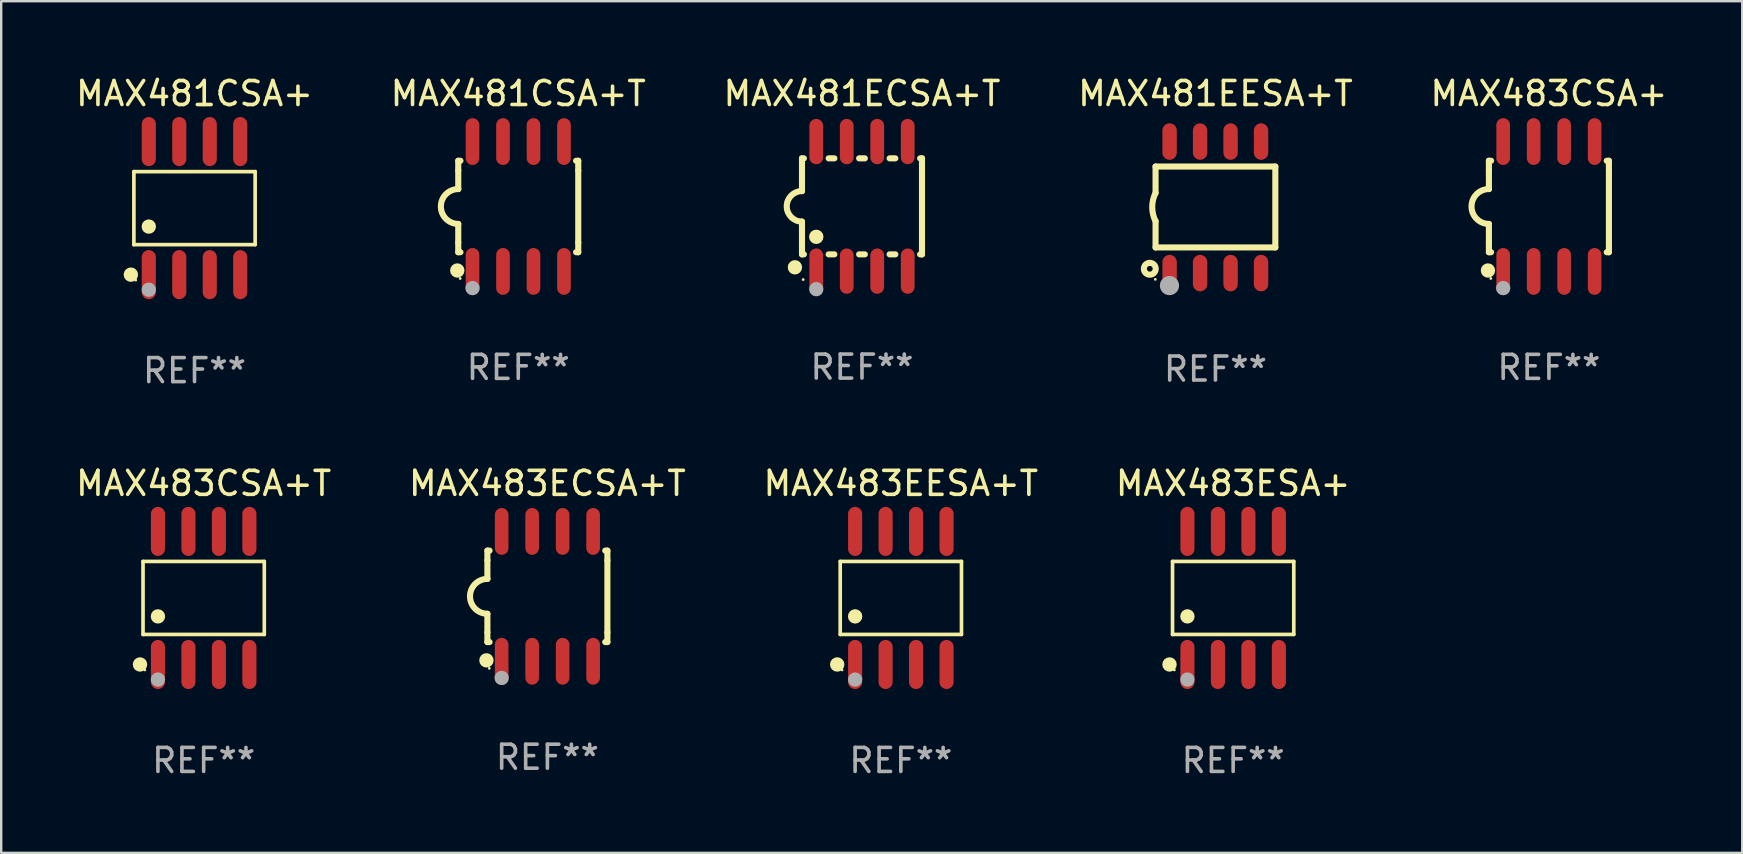
<source format=kicad_pcb>
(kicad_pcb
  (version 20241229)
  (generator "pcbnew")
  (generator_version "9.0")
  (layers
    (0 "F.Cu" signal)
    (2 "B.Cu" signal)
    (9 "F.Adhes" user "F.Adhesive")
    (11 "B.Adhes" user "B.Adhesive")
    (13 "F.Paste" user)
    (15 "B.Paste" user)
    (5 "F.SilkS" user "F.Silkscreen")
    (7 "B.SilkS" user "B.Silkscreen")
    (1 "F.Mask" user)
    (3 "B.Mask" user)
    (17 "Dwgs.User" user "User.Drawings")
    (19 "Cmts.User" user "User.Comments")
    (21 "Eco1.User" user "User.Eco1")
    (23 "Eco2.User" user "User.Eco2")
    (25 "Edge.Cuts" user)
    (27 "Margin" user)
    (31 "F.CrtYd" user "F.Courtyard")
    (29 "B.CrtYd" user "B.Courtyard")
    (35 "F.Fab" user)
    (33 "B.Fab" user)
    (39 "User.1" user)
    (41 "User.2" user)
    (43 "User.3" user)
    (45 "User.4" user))
  (footprint "MAX483EESA+T"
    (layer "F.Cu")
    (at 34.482 21.862)
    (property "Reference" "MAX483EESA+T" (at 0 -4.772 0) (layer "F.SilkS") (effects (font (size 1 1) (thickness 0.15))))
    (attr through_hole)
    (fp_line (start -2.526 -1.521) (end 2.526 -1.521) (stroke (width 0.152) (type solid)) (layer "F.SilkS"))
    (fp_line (start -2.526 1.521) (end -2.526 -1.521) (stroke (width 0.152) (type solid)) (layer "F.SilkS"))
    (fp_line (start 2.526 -1.521) (end 2.526 1.521) (stroke (width 0.152) (type solid)) (layer "F.SilkS"))
    (fp_line (start 2.526 1.521) (end -2.526 1.521) (stroke (width 0.152) (type solid)) (layer "F.SilkS"))
    (fp_circle (center -2.652 2.772) (end -2.501 2.772) (stroke (width 0.3) (type solid)) (fill no) (layer "F.SilkS"))
    (fp_circle (center -2.45 3) (end -2.42 3) (stroke (width 0.06) (type solid)) (fill no) (layer "F.SilkS"))
    (fp_circle (center -1.905 0.769) (end -1.755 0.769) (stroke (width 0.3) (type solid)) (fill no) (layer "F.SilkS"))
    (fp_circle (center -1.905 3.4) (end -1.755 3.4) (stroke (width 0.3) (type solid)) (fill no) (layer "F.Fab"))
    (fp_text user "REF**" (at 0 6.772 0) (layer "F.Fab") (effects (font (size 1 1) (thickness 0.15))))
    (pad "1" smd oval (at -1.905 2.772) (size 0.588 2.045) (layers "F.Cu" "F.Mask" "F.Paste"))
    (pad "2" smd oval (at -0.635 2.772) (size 0.588 2.045) (layers "F.Cu" "F.Mask" "F.Paste"))
    (pad "3" smd oval (at 0.635 2.772) (size 0.588 2.045) (layers "F.Cu" "F.Mask" "F.Paste"))
    (pad "4" smd oval (at 1.905 2.772) (size 0.588 2.045) (layers "F.Cu" "F.Mask" "F.Paste"))
    (pad "5" smd oval (at 1.905 -2.772) (size 0.588 2.045) (layers "F.Cu" "F.Mask" "F.Paste"))
    (pad "6" smd oval (at 0.635 -2.772) (size 0.588 2.045) (layers "F.Cu" "F.Mask" "F.Paste"))
    (pad "7" smd oval (at -0.635 -2.772) (size 0.588 2.045) (layers "F.Cu" "F.Mask" "F.Paste"))
    (pad "8" smd oval (at -1.905 -2.772) (size 0.588 2.045) (layers "F.Cu" "F.Mask" "F.Paste")))
  (footprint "MAX483CSA+"
    (layer "F.Cu")
    (at 61.482 5.553)
    (property "Reference" "MAX483CSA+" (at 0 -4.705 0) (layer "F.SilkS") (effects (font (size 1 1) (thickness 0.15))))
    (attr through_hole)
    (fp_line (start -2.5 -1.905) (end -2.409 -1.905) (stroke (width 0.254) (type solid)) (layer "F.SilkS"))
    (fp_line (start -2.5 -1.5) (end -2.5 -1.905) (stroke (width 0.254) (type solid)) (layer "F.SilkS"))
    (fp_line (start -2.5 -1.5) (end -2.5 -0.726) (stroke (width 0.254) (type solid)) (layer "F.SilkS"))
    (fp_line (start -2.5 1.5) (end -2.5 0.727) (stroke (width 0.254) (type solid)) (layer "F.SilkS"))
    (fp_line (start -2.5 1.5) (end -2.5 1.905) (stroke (width 0.254) (type solid)) (layer "F.SilkS"))
    (fp_line (start -2.5 1.905) (end -2.409 1.905) (stroke (width 0.254) (type solid)) (layer "F.SilkS"))
    (fp_line (start 2.5 -1.905) (end 2.409 -1.905) (stroke (width 0.254) (type solid)) (layer "F.SilkS"))
    (fp_line (start 2.5 -1.5) (end 2.5 -1.905) (stroke (width 0.254) (type solid)) (layer "F.SilkS"))
    (fp_line (start 2.5 -1.5) (end 2.5 1.5) (stroke (width 0.254) (type solid)) (layer "F.SilkS"))
    (fp_line (start 2.5 1.5) (end 2.5 1.905) (stroke (width 0.254) (type solid)) (layer "F.SilkS"))
    (fp_line (start 2.5 1.905) (end 2.409 1.905) (stroke (width 0.254) (type solid)) (layer "F.SilkS"))
    (fp_arc (start -2.5 0.726568) (mid -3.220316 -0.0023) (end -2.495097 -0.726289) (stroke (width 0.254001) (type solid)) (layer "F.SilkS"))
    (fp_circle (center -2.54 2.667) (end -2.39 2.667) (stroke (width 0.3) (type solid)) (fill no) (layer "F.SilkS"))
    (fp_circle (center -2.42 3) (end -2.39 3) (stroke (width 0.06) (type solid)) (fill no) (layer "F.SilkS"))
    (fp_circle (center -1.905 3.4) (end -1.755 3.4) (stroke (width 0.3) (type solid)) (fill no) (layer "F.Fab"))
    (fp_text user "REF**" (at 0 6.705 0) (layer "F.Fab") (effects (font (size 1 1) (thickness 0.15))))
    (pad "1" smd oval (at -1.905 2.705) (size 0.568 1.95) (layers "F.Cu" "F.Mask" "F.Paste"))
    (pad "2" smd oval (at -0.635 2.705) (size 0.568 1.95) (layers "F.Cu" "F.Mask" "F.Paste"))
    (pad "3" smd oval (at 0.635 2.705) (size 0.568 1.95) (layers "F.Cu" "F.Mask" "F.Paste"))
    (pad "4" smd oval (at 1.905 2.705) (size 0.568 1.95) (layers "F.Cu" "F.Mask" "F.Paste"))
    (pad "5" smd oval (at 1.905 -2.705) (size 0.568 1.95) (layers "F.Cu" "F.Mask" "F.Paste"))
    (pad "6" smd oval (at 0.635 -2.705) (size 0.568 1.95) (layers "F.Cu" "F.Mask" "F.Paste"))
    (pad "7" smd oval (at -0.635 -2.705) (size 0.568 1.95) (layers "F.Cu" "F.Mask" "F.Paste"))
    (pad "8" smd oval (at -1.905 -2.705) (size 0.568 1.95) (layers "F.Cu" "F.Mask" "F.Paste")))
  (footprint "MAX483CSA+T"
    (layer "F.Cu")
    (at 5.435 21.862)
    (property "Reference" "MAX483CSA+T" (at 0 -4.772 0) (layer "F.SilkS") (effects (font (size 1 1) (thickness 0.15))))
    (attr through_hole)
    (fp_line (start -2.526 -1.521) (end 2.526 -1.521) (stroke (width 0.152) (type solid)) (layer "F.SilkS"))
    (fp_line (start -2.526 1.521) (end -2.526 -1.521) (stroke (width 0.152) (type solid)) (layer "F.SilkS"))
    (fp_line (start 2.526 -1.521) (end 2.526 1.521) (stroke (width 0.152) (type solid)) (layer "F.SilkS"))
    (fp_line (start 2.526 1.521) (end -2.526 1.521) (stroke (width 0.152) (type solid)) (layer "F.SilkS"))
    (fp_circle (center -2.652 2.772) (end -2.501 2.772) (stroke (width 0.3) (type solid)) (fill no) (layer "F.SilkS"))
    (fp_circle (center -2.45 3) (end -2.42 3) (stroke (width 0.06) (type solid)) (fill no) (layer "F.SilkS"))
    (fp_circle (center -1.905 0.769) (end -1.755 0.769) (stroke (width 0.3) (type solid)) (fill no) (layer "F.SilkS"))
    (fp_circle (center -1.905 3.4) (end -1.755 3.4) (stroke (width 0.3) (type solid)) (fill no) (layer "F.Fab"))
    (fp_text user "REF**" (at 0 6.772 0) (layer "F.Fab") (effects (font (size 1 1) (thickness 0.15))))
    (pad "1" smd oval (at -1.905 2.772) (size 0.588 2.045) (layers "F.Cu" "F.Mask" "F.Paste"))
    (pad "2" smd oval (at -0.635 2.772) (size 0.588 2.045) (layers "F.Cu" "F.Mask" "F.Paste"))
    (pad "3" smd oval (at 0.635 2.772) (size 0.588 2.045) (layers "F.Cu" "F.Mask" "F.Paste"))
    (pad "4" smd oval (at 1.905 2.772) (size 0.588 2.045) (layers "F.Cu" "F.Mask" "F.Paste"))
    (pad "5" smd oval (at 1.905 -2.772) (size 0.588 2.045) (layers "F.Cu" "F.Mask" "F.Paste"))
    (pad "6" smd oval (at 0.635 -2.772) (size 0.588 2.045) (layers "F.Cu" "F.Mask" "F.Paste"))
    (pad "7" smd oval (at -0.635 -2.772) (size 0.588 2.045) (layers "F.Cu" "F.Mask" "F.Paste"))
    (pad "8" smd oval (at -1.905 -2.772) (size 0.588 2.045) (layers "F.Cu" "F.Mask" "F.Paste")))
  (footprint "MAX481EESA+T"
    (layer "F.Cu")
    (at 47.589 5.588)
    (property "Reference" "MAX481EESA+T" (at 0 -4.74 0) (layer "F.SilkS") (effects (font (size 1 1) (thickness 0.15))))
    (attr through_hole)
    (fp_line (start -2.495 -1.7) (end 2.495 -1.7) (stroke (width 0.254) (type solid)) (layer "F.SilkS"))
    (fp_line (start -2.495 -0.6) (end -2.495 -1.7) (stroke (width 0.254) (type solid)) (layer "F.SilkS"))
    (fp_line (start -2.495 1.671) (end -2.495 0.58) (stroke (width 0.254) (type solid)) (layer "F.SilkS"))
    (fp_line (start 2.495 -1.7) (end 2.495 1.671) (stroke (width 0.254) (type solid)) (layer "F.SilkS"))
    (fp_line (start 2.495 1.671) (end -2.495 1.671) (stroke (width 0.254) (type solid)) (layer "F.SilkS"))
    (fp_arc (start -2.495009 0.58001) (mid -2.634112 -0.009995) (end -2.495009 -0.6) (stroke (width 0.254001) (type solid)) (layer "F.SilkS"))
    (fp_circle (center -2.735 2.56) (end -2.615 2.56) (stroke (width 0.254) (type solid)) (fill no) (layer "F.SilkS"))
    (fp_circle (center -2.505 3) (end -2.475 3) (stroke (width 0.06) (type solid)) (fill no) (layer "F.SilkS"))
    (fp_circle (center -1.915 3.26) (end -1.715 3.26) (stroke (width 0.4) (type solid)) (fill no) (layer "F.Fab"))
    (fp_text user "REF**" (at 0 6.74 0) (layer "F.Fab") (effects (font (size 1 1) (thickness 0.15))))
    (pad "1" smd oval (at -1.91 2.74) (size 0.6 1.52) (layers "F.Cu" "F.Mask" "F.Paste"))
    (pad "2" smd oval (at -0.64 2.74) (size 0.6 1.52) (layers "F.Cu" "F.Mask" "F.Paste"))
    (pad "3" smd oval (at 0.63 2.74) (size 0.6 1.52) (layers "F.Cu" "F.Mask" "F.Paste"))
    (pad "4" smd oval (at 1.9 2.74) (size 0.6 1.52) (layers "F.Cu" "F.Mask" "F.Paste"))
    (pad "5" smd oval (at 1.9 -2.74) (size 0.6 1.52) (layers "F.Cu" "F.Mask" "F.Paste"))
    (pad "6" smd oval (at 0.63 -2.74) (size 0.6 1.52) (layers "F.Cu" "F.Mask" "F.Paste"))
    (pad "7" smd oval (at -0.64 -2.74) (size 0.6 1.52) (layers "F.Cu" "F.Mask" "F.Paste"))
    (pad "8" smd oval (at -1.91 -2.74) (size 0.6 1.52) (layers "F.Cu" "F.Mask" "F.Paste")))
  (footprint "MAX481CSA+"
    (layer "F.Cu")
    (at 5.054 5.621)
    (property "Reference" "MAX481CSA+" (at 0 -4.772 0) (layer "F.SilkS") (effects (font (size 1 1) (thickness 0.15))))
    (attr through_hole)
    (fp_line (start -2.526 -1.521) (end 2.526 -1.521) (stroke (width 0.152) (type solid)) (layer "F.SilkS"))
    (fp_line (start -2.526 1.521) (end -2.526 -1.521) (stroke (width 0.152) (type solid)) (layer "F.SilkS"))
    (fp_line (start 2.526 -1.521) (end 2.526 1.521) (stroke (width 0.152) (type solid)) (layer "F.SilkS"))
    (fp_line (start 2.526 1.521) (end -2.526 1.521) (stroke (width 0.152) (type solid)) (layer "F.SilkS"))
    (fp_circle (center -2.652 2.772) (end -2.501 2.772) (stroke (width 0.3) (type solid)) (fill no) (layer "F.SilkS"))
    (fp_circle (center -2.45 3) (end -2.42 3) (stroke (width 0.06) (type solid)) (fill no) (layer "F.SilkS"))
    (fp_circle (center -1.905 0.769) (end -1.755 0.769) (stroke (width 0.3) (type solid)) (fill no) (layer "F.SilkS"))
    (fp_circle (center -1.905 3.4) (end -1.755 3.4) (stroke (width 0.3) (type solid)) (fill no) (layer "F.Fab"))
    (fp_text user "REF**" (at 0 6.772 0) (layer "F.Fab") (effects (font (size 1 1) (thickness 0.15))))
    (pad "1" smd oval (at -1.905 2.772) (size 0.588 2.045) (layers "F.Cu" "F.Mask" "F.Paste"))
    (pad "2" smd oval (at -0.635 2.772) (size 0.588 2.045) (layers "F.Cu" "F.Mask" "F.Paste"))
    (pad "3" smd oval (at 0.635 2.772) (size 0.588 2.045) (layers "F.Cu" "F.Mask" "F.Paste"))
    (pad "4" smd oval (at 1.905 2.772) (size 0.588 2.045) (layers "F.Cu" "F.Mask" "F.Paste"))
    (pad "5" smd oval (at 1.905 -2.772) (size 0.588 2.045) (layers "F.Cu" "F.Mask" "F.Paste"))
    (pad "6" smd oval (at 0.635 -2.772) (size 0.588 2.045) (layers "F.Cu" "F.Mask" "F.Paste"))
    (pad "7" smd oval (at -0.635 -2.772) (size 0.588 2.045) (layers "F.Cu" "F.Mask" "F.Paste"))
    (pad "8" smd oval (at -1.905 -2.772) (size 0.588 2.045) (layers "F.Cu" "F.Mask" "F.Paste")))
  (footprint "MAX483ESA+"
    (layer "F.Cu")
    (at 48.327 21.862)
    (property "Reference" "MAX483ESA+" (at 0 -4.772 0) (layer "F.SilkS") (effects (font (size 1 1) (thickness 0.15))))
    (attr through_hole)
    (fp_line (start -2.526 -1.521) (end 2.526 -1.521) (stroke (width 0.152) (type solid)) (layer "F.SilkS"))
    (fp_line (start -2.526 1.521) (end -2.526 -1.521) (stroke (width 0.152) (type solid)) (layer "F.SilkS"))
    (fp_line (start 2.526 -1.521) (end 2.526 1.521) (stroke (width 0.152) (type solid)) (layer "F.SilkS"))
    (fp_line (start 2.526 1.521) (end -2.526 1.521) (stroke (width 0.152) (type solid)) (layer "F.SilkS"))
    (fp_circle (center -2.652 2.772) (end -2.501 2.772) (stroke (width 0.3) (type solid)) (fill no) (layer "F.SilkS"))
    (fp_circle (center -2.45 3) (end -2.42 3) (stroke (width 0.06) (type solid)) (fill no) (layer "F.SilkS"))
    (fp_circle (center -1.905 0.769) (end -1.755 0.769) (stroke (width 0.3) (type solid)) (fill no) (layer "F.SilkS"))
    (fp_circle (center -1.905 3.4) (end -1.755 3.4) (stroke (width 0.3) (type solid)) (fill no) (layer "F.Fab"))
    (fp_text user "REF**" (at 0 6.772 0) (layer "F.Fab") (effects (font (size 1 1) (thickness 0.15))))
    (pad "1" smd oval (at -1.905 2.772) (size 0.588 2.045) (layers "F.Cu" "F.Mask" "F.Paste"))
    (pad "2" smd oval (at -0.635 2.772) (size 0.588 2.045) (layers "F.Cu" "F.Mask" "F.Paste"))
    (pad "3" smd oval (at 0.635 2.772) (size 0.588 2.045) (layers "F.Cu" "F.Mask" "F.Paste"))
    (pad "4" smd oval (at 1.905 2.772) (size 0.588 2.045) (layers "F.Cu" "F.Mask" "F.Paste"))
    (pad "5" smd oval (at 1.905 -2.772) (size 0.588 2.045) (layers "F.Cu" "F.Mask" "F.Paste"))
    (pad "6" smd oval (at 0.635 -2.772) (size 0.588 2.045) (layers "F.Cu" "F.Mask" "F.Paste"))
    (pad "7" smd oval (at -0.635 -2.772) (size 0.588 2.045) (layers "F.Cu" "F.Mask" "F.Paste"))
    (pad "8" smd oval (at -1.905 -2.772) (size 0.588 2.045) (layers "F.Cu" "F.Mask" "F.Paste")))
  (footprint "MAX481CSA+T"
    (layer "F.Cu")
    (at 18.542 5.553)
    (property "Reference" "MAX481CSA+T" (at 0 -4.705 0) (layer "F.SilkS") (effects (font (size 1 1) (thickness 0.15))))
    (attr through_hole)
    (fp_line (start -2.5 -1.905) (end -2.409 -1.905) (stroke (width 0.254) (type solid)) (layer "F.SilkS"))
    (fp_line (start -2.5 -1.5) (end -2.5 -1.905) (stroke (width 0.254) (type solid)) (layer "F.SilkS"))
    (fp_line (start -2.5 -1.5) (end -2.5 -0.726) (stroke (width 0.254) (type solid)) (layer "F.SilkS"))
    (fp_line (start -2.5 1.5) (end -2.5 0.727) (stroke (width 0.254) (type solid)) (layer "F.SilkS"))
    (fp_line (start -2.5 1.5) (end -2.5 1.905) (stroke (width 0.254) (type solid)) (layer "F.SilkS"))
    (fp_line (start -2.5 1.905) (end -2.409 1.905) (stroke (width 0.254) (type solid)) (layer "F.SilkS"))
    (fp_line (start 2.5 -1.905) (end 2.409 -1.905) (stroke (width 0.254) (type solid)) (layer "F.SilkS"))
    (fp_line (start 2.5 -1.5) (end 2.5 -1.905) (stroke (width 0.254) (type solid)) (layer "F.SilkS"))
    (fp_line (start 2.5 -1.5) (end 2.5 1.5) (stroke (width 0.254) (type solid)) (layer "F.SilkS"))
    (fp_line (start 2.5 1.5) (end 2.5 1.905) (stroke (width 0.254) (type solid)) (layer "F.SilkS"))
    (fp_line (start 2.5 1.905) (end 2.409 1.905) (stroke (width 0.254) (type solid)) (layer "F.SilkS"))
    (fp_arc (start -2.5 0.726568) (mid -3.220316 -0.0023) (end -2.495097 -0.726289) (stroke (width 0.254001) (type solid)) (layer "F.SilkS"))
    (fp_circle (center -2.54 2.667) (end -2.39 2.667) (stroke (width 0.3) (type solid)) (fill no) (layer "F.SilkS"))
    (fp_circle (center -2.42 3) (end -2.39 3) (stroke (width 0.06) (type solid)) (fill no) (layer "F.SilkS"))
    (fp_circle (center -1.905 3.4) (end -1.755 3.4) (stroke (width 0.3) (type solid)) (fill no) (layer "F.Fab"))
    (fp_text user "REF**" (at 0 6.705 0) (layer "F.Fab") (effects (font (size 1 1) (thickness 0.15))))
    (pad "1" smd oval (at -1.905 2.705) (size 0.568 1.95) (layers "F.Cu" "F.Mask" "F.Paste"))
    (pad "2" smd oval (at -0.635 2.705) (size 0.568 1.95) (layers "F.Cu" "F.Mask" "F.Paste"))
    (pad "3" smd oval (at 0.635 2.705) (size 0.568 1.95) (layers "F.Cu" "F.Mask" "F.Paste"))
    (pad "4" smd oval (at 1.905 2.705) (size 0.568 1.95) (layers "F.Cu" "F.Mask" "F.Paste"))
    (pad "5" smd oval (at 1.905 -2.705) (size 0.568 1.95) (layers "F.Cu" "F.Mask" "F.Paste"))
    (pad "6" smd oval (at 0.635 -2.705) (size 0.568 1.95) (layers "F.Cu" "F.Mask" "F.Paste"))
    (pad "7" smd oval (at -0.635 -2.705) (size 0.568 1.95) (layers "F.Cu" "F.Mask" "F.Paste"))
    (pad "8" smd oval (at -1.905 -2.705) (size 0.568 1.95) (layers "F.Cu" "F.Mask" "F.Paste")))
  (footprint "MAX483ECSA+T"
    (layer "F.Cu")
    (at 19.756 21.795)
    (property "Reference" "MAX483ECSA+T" (at 0 -4.705 0) (layer "F.SilkS") (effects (font (size 1 1) (thickness 0.15))))
    (attr through_hole)
    (fp_line (start -2.5 -1.905) (end -2.409 -1.905) (stroke (width 0.254) (type solid)) (layer "F.SilkS"))
    (fp_line (start -2.5 -1.5) (end -2.5 -1.905) (stroke (width 0.254) (type solid)) (layer "F.SilkS"))
    (fp_line (start -2.5 -1.5) (end -2.5 -0.726) (stroke (width 0.254) (type solid)) (layer "F.SilkS"))
    (fp_line (start -2.5 1.5) (end -2.5 0.727) (stroke (width 0.254) (type solid)) (layer "F.SilkS"))
    (fp_line (start -2.5 1.5) (end -2.5 1.905) (stroke (width 0.254) (type solid)) (layer "F.SilkS"))
    (fp_line (start -2.5 1.905) (end -2.409 1.905) (stroke (width 0.254) (type solid)) (layer "F.SilkS"))
    (fp_line (start 2.5 -1.905) (end 2.409 -1.905) (stroke (width 0.254) (type solid)) (layer "F.SilkS"))
    (fp_line (start 2.5 -1.5) (end 2.5 -1.905) (stroke (width 0.254) (type solid)) (layer "F.SilkS"))
    (fp_line (start 2.5 -1.5) (end 2.5 1.5) (stroke (width 0.254) (type solid)) (layer "F.SilkS"))
    (fp_line (start 2.5 1.5) (end 2.5 1.905) (stroke (width 0.254) (type solid)) (layer "F.SilkS"))
    (fp_line (start 2.5 1.905) (end 2.409 1.905) (stroke (width 0.254) (type solid)) (layer "F.SilkS"))
    (fp_arc (start -2.5 0.726568) (mid -3.220316 -0.0023) (end -2.495097 -0.726289) (stroke (width 0.254001) (type solid)) (layer "F.SilkS"))
    (fp_circle (center -2.54 2.667) (end -2.39 2.667) (stroke (width 0.3) (type solid)) (fill no) (layer "F.SilkS"))
    (fp_circle (center -2.42 3) (end -2.39 3) (stroke (width 0.06) (type solid)) (fill no) (layer "F.SilkS"))
    (fp_circle (center -1.905 3.4) (end -1.755 3.4) (stroke (width 0.3) (type solid)) (fill no) (layer "F.Fab"))
    (fp_text user "REF**" (at 0 6.705 0) (layer "F.Fab") (effects (font (size 1 1) (thickness 0.15))))
    (pad "1" smd oval (at -1.905 2.705) (size 0.568 1.95) (layers "F.Cu" "F.Mask" "F.Paste"))
    (pad "2" smd oval (at -0.635 2.705) (size 0.568 1.95) (layers "F.Cu" "F.Mask" "F.Paste"))
    (pad "3" smd oval (at 0.635 2.705) (size 0.568 1.95) (layers "F.Cu" "F.Mask" "F.Paste"))
    (pad "4" smd oval (at 1.905 2.705) (size 0.568 1.95) (layers "F.Cu" "F.Mask" "F.Paste"))
    (pad "5" smd oval (at 1.905 -2.705) (size 0.568 1.95) (layers "F.Cu" "F.Mask" "F.Paste"))
    (pad "6" smd oval (at 0.635 -2.705) (size 0.568 1.95) (layers "F.Cu" "F.Mask" "F.Paste"))
    (pad "7" smd oval (at -0.635 -2.705) (size 0.568 1.95) (layers "F.Cu" "F.Mask" "F.Paste"))
    (pad "8" smd oval (at -1.905 -2.705) (size 0.568 1.95) (layers "F.Cu" "F.Mask" "F.Paste")))
  (footprint "MAX481ECSA+T"
    (layer "F.Cu")
    (at 32.863 5.547)
    (property "Reference" "MAX481ECSA+T" (at 0 -4.699 0) (layer "F.SilkS") (effects (font (size 1 1) (thickness 0.15))))
    (attr through_hole)
    (fp_line (start -2.5 -2) (end -2.5 -0.635) (stroke (width 0.254) (type solid)) (layer "F.SilkS"))
    (fp_line (start -2.5 -2) (end -2.421 -2) (stroke (width 0.254) (type solid)) (layer "F.SilkS"))
    (fp_line (start -2.5 2) (end -2.5 0.635) (stroke (width 0.254) (type solid)) (layer "F.SilkS"))
    (fp_line (start -2.5 2) (end -2.421 2) (stroke (width 0.254) (type solid)) (layer "F.SilkS"))
    (fp_line (start -1.389 -2) (end -1.151 -2) (stroke (width 0.254) (type solid)) (layer "F.SilkS"))
    (fp_line (start -1.389 2) (end -1.151 2) (stroke (width 0.254) (type solid)) (layer "F.SilkS"))
    (fp_line (start -0.119 -2) (end 0.119 -2) (stroke (width 0.254) (type solid)) (layer "F.SilkS"))
    (fp_line (start -0.119 2) (end 0.119 2) (stroke (width 0.254) (type solid)) (layer "F.SilkS"))
    (fp_line (start 1.151 -2) (end 1.389 -2) (stroke (width 0.254) (type solid)) (layer "F.SilkS"))
    (fp_line (start 1.151 2) (end 1.389 2) (stroke (width 0.254) (type solid)) (layer "F.SilkS"))
    (fp_line (start 2.421 -2) (end 2.5 -2) (stroke (width 0.254) (type solid)) (layer "F.SilkS"))
    (fp_line (start 2.421 2) (end 2.5 2) (stroke (width 0.254) (type solid)) (layer "F.SilkS"))
    (fp_line (start 2.5 -2) (end 2.5 2) (stroke (width 0.254) (type solid)) (layer "F.SilkS"))
    (fp_arc (start -2.5 0.635001) (mid -3.134366 -0.000318) (end -2.499365 -0.635001) (stroke (width 0.254001) (type solid)) (layer "F.SilkS"))
    (fp_circle (center -2.794 2.54) (end -2.644 2.54) (stroke (width 0.3) (type solid)) (fill no) (layer "F.SilkS"))
    (fp_circle (center -2.45 3.05) (end -2.42 3.05) (stroke (width 0.06) (type solid)) (fill no) (layer "F.SilkS"))
    (fp_circle (center -1.905 1.27) (end -1.755 1.27) (stroke (width 0.3) (type solid)) (fill no) (layer "F.SilkS"))
    (fp_circle (center -1.905 3.45) (end -1.755 3.45) (stroke (width 0.3) (type solid)) (fill no) (layer "F.Fab"))
    (fp_text user "REF**" (at 0 6.699 0) (layer "F.Fab") (effects (font (size 1 1) (thickness 0.15))))
    (pad "1" smd oval (at -1.905 2.699) (size 0.574 1.888) (layers "F.Cu" "F.Mask" "F.Paste"))
    (pad "2" smd oval (at -0.635 2.699) (size 0.574 1.888) (layers "F.Cu" "F.Mask" "F.Paste"))
    (pad "3" smd oval (at 0.635 2.699) (size 0.574 1.888) (layers "F.Cu" "F.Mask" "F.Paste"))
    (pad "4" smd oval (at 1.905 2.699) (size 0.574 1.888) (layers "F.Cu" "F.Mask" "F.Paste"))
    (pad "5" smd oval (at 1.905 -2.699) (size 0.574 1.888) (layers "F.Cu" "F.Mask" "F.Paste"))
    (pad "6" smd oval (at 0.635 -2.699) (size 0.574 1.888) (layers "F.Cu" "F.Mask" "F.Paste"))
    (pad "7" smd oval (at -0.635 -2.699) (size 0.574 1.888) (layers "F.Cu" "F.Mask" "F.Paste"))
    (pad "8" smd oval (at -1.905 -2.699) (size 0.574 1.888) (layers "F.Cu" "F.Mask" "F.Paste")))
  (gr_rect
    (start -3 -3)
    (end 69.536 32.483)
    (stroke (width 0.1) (type default))
    (fill no)
    (layer "Edge.Cuts")))
</source>
